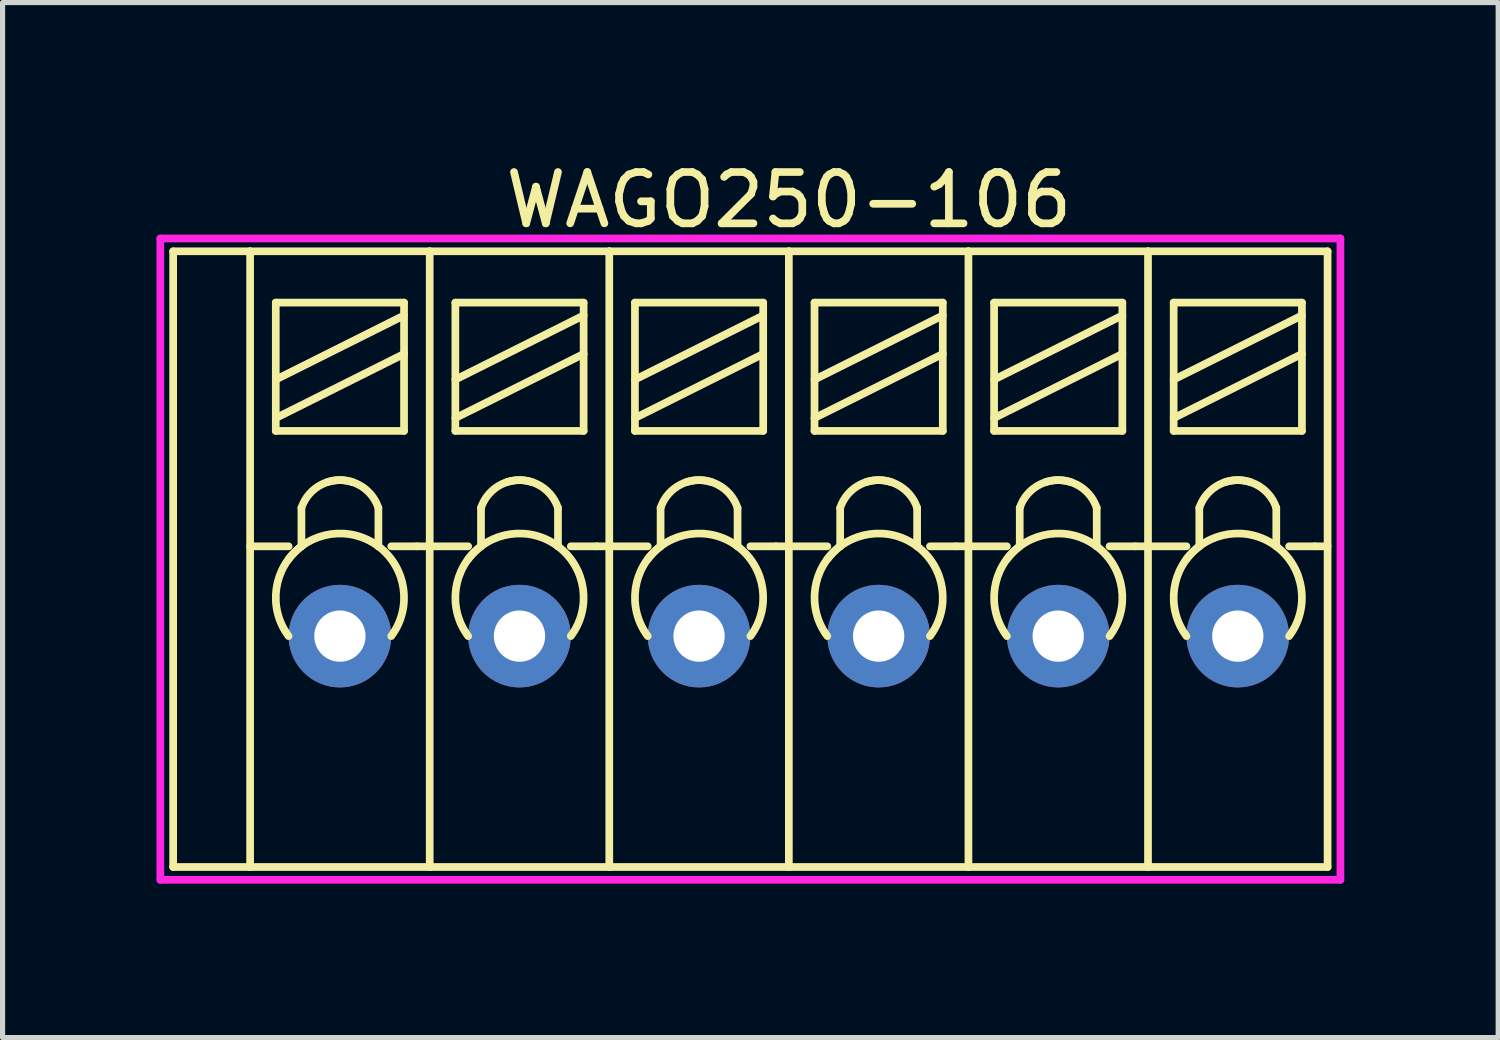
<source format=kicad_pcb>
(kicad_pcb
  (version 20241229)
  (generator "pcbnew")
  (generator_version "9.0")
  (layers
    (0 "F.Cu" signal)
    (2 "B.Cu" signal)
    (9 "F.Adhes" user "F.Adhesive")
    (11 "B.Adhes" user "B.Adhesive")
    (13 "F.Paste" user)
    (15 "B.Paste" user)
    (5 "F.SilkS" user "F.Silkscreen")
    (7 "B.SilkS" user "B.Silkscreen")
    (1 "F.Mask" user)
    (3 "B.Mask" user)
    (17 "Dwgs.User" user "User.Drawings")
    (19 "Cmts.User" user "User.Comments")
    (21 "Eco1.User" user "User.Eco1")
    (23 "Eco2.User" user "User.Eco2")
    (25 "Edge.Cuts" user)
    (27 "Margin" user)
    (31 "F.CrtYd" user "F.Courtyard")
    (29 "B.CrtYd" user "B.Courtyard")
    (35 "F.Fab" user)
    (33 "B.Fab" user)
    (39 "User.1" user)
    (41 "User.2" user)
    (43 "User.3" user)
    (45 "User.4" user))
  (footprint "WAGO250-106"
    (layer "F.Cu")
    (at 21.075 9.348)
    (property "Reference" "WAGO250-106" (at -8.75 -8.5 0) (layer "F.SilkS") (effects (font (size 1 1) (thickness 0.15))))
    (attr through_hole)
    (fp_line (start -20.75 -7.5) (end -19.25 -7.5) (stroke (width 0.15) (type solid)) (layer "F.SilkS"))
    (fp_line (start -20.75 4.5) (end -20.75 -7.5) (stroke (width 0.15) (type solid)) (layer "F.SilkS"))
    (fp_line (start -20.75 4.5) (end -19.25 4.5) (stroke (width 0.15) (type solid)) (layer "F.SilkS"))
    (fp_line (start -19.25 -7.5) (end -19.25 4.5) (stroke (width 0.15) (type solid)) (layer "F.SilkS"))
    (fp_line (start -19.25 -1.75) (end -18.5 -1.75) (stroke (width 0.15) (type solid)) (layer "F.SilkS"))
    (fp_line (start -19.25 4.5) (end -15.75 4.5) (stroke (width 0.15) (type solid)) (layer "F.SilkS"))
    (fp_line (start -18.75 -6.5) (end -18.75 -4) (stroke (width 0.15) (type solid)) (layer "F.SilkS"))
    (fp_line (start -18.75 -4.25) (end -16.25 -5.5) (stroke (width 0.15) (type solid)) (layer "F.SilkS"))
    (fp_line (start -18.75 -4) (end -16.25 -4) (stroke (width 0.15) (type solid)) (layer "F.SilkS"))
    (fp_line (start -18.25 -2.5) (end -18.25 -1.75) (stroke (width 0.15) (type solid)) (layer "F.SilkS"))
    (fp_line (start -16.75 -2.5) (end -16.75 -1.75) (stroke (width 0.15) (type solid)) (layer "F.SilkS"))
    (fp_line (start -16.5 -1.75) (end -16 -1.75) (stroke (width 0.15) (type solid)) (layer "F.SilkS"))
    (fp_line (start -16.25 -6.5) (end -18.75 -6.5) (stroke (width 0.15) (type solid)) (layer "F.SilkS"))
    (fp_line (start -16.25 -6.5) (end -16.25 -4) (stroke (width 0.15) (type solid)) (layer "F.SilkS"))
    (fp_line (start -16.25 -6.25) (end -18.75 -5) (stroke (width 0.15) (type solid)) (layer "F.SilkS"))
    (fp_line (start -16 -1.75) (end -15.75 -1.75) (stroke (width 0.15) (type solid)) (layer "F.SilkS"))
    (fp_line (start -15.75 -7.5) (end -19.25 -7.5) (stroke (width 0.15) (type solid)) (layer "F.SilkS"))
    (fp_line (start -15.75 -7.5) (end -15.75 4.5) (stroke (width 0.15) (type solid)) (layer "F.SilkS"))
    (fp_line (start -15.75 -1.75) (end -15 -1.75) (stroke (width 0.15) (type solid)) (layer "F.SilkS"))
    (fp_line (start -15.75 4.5) (end -12.25 4.5) (stroke (width 0.15) (type solid)) (layer "F.SilkS"))
    (fp_line (start -15.25 -6.5) (end -15.25 -4) (stroke (width 0.15) (type solid)) (layer "F.SilkS"))
    (fp_line (start -15.25 -4.25) (end -12.75 -5.5) (stroke (width 0.15) (type solid)) (layer "F.SilkS"))
    (fp_line (start -15.25 -4) (end -12.75 -4) (stroke (width 0.15) (type solid)) (layer "F.SilkS"))
    (fp_line (start -14.75 -2.5) (end -14.75 -1.75) (stroke (width 0.15) (type solid)) (layer "F.SilkS"))
    (fp_line (start -13.25 -2.5) (end -13.25 -1.75) (stroke (width 0.15) (type solid)) (layer "F.SilkS"))
    (fp_line (start -13 -1.75) (end -12.5 -1.75) (stroke (width 0.15) (type solid)) (layer "F.SilkS"))
    (fp_line (start -12.75 -6.5) (end -15.25 -6.5) (stroke (width 0.15) (type solid)) (layer "F.SilkS"))
    (fp_line (start -12.75 -6.5) (end -12.75 -4) (stroke (width 0.15) (type solid)) (layer "F.SilkS"))
    (fp_line (start -12.75 -6.25) (end -15.25 -5) (stroke (width 0.15) (type solid)) (layer "F.SilkS"))
    (fp_line (start -12.5 -1.75) (end -12.25 -1.75) (stroke (width 0.15) (type solid)) (layer "F.SilkS"))
    (fp_line (start -12.25 -7.5) (end -15.75 -7.5) (stroke (width 0.15) (type solid)) (layer "F.SilkS"))
    (fp_line (start -12.25 -7.5) (end -12.25 4.5) (stroke (width 0.15) (type solid)) (layer "F.SilkS"))
    (fp_line (start -12.25 -1.75) (end -11.5 -1.75) (stroke (width 0.15) (type solid)) (layer "F.SilkS"))
    (fp_line (start -12.25 4.5) (end -8.75 4.5) (stroke (width 0.15) (type solid)) (layer "F.SilkS"))
    (fp_line (start -11.75 -6.5) (end -11.75 -4) (stroke (width 0.15) (type solid)) (layer "F.SilkS"))
    (fp_line (start -11.75 -4.25) (end -9.25 -5.5) (stroke (width 0.15) (type solid)) (layer "F.SilkS"))
    (fp_line (start -11.75 -4) (end -9.25 -4) (stroke (width 0.15) (type solid)) (layer "F.SilkS"))
    (fp_line (start -11.25 -2.5) (end -11.25 -1.75) (stroke (width 0.15) (type solid)) (layer "F.SilkS"))
    (fp_line (start -9.75 -2.5) (end -9.75 -1.75) (stroke (width 0.15) (type solid)) (layer "F.SilkS"))
    (fp_line (start -9.5 -1.75) (end -9 -1.75) (stroke (width 0.15) (type solid)) (layer "F.SilkS"))
    (fp_line (start -9.25 -6.5) (end -11.75 -6.5) (stroke (width 0.15) (type solid)) (layer "F.SilkS"))
    (fp_line (start -9.25 -6.5) (end -9.25 -4) (stroke (width 0.15) (type solid)) (layer "F.SilkS"))
    (fp_line (start -9.25 -6.25) (end -11.75 -5) (stroke (width 0.15) (type solid)) (layer "F.SilkS"))
    (fp_line (start -9 -1.75) (end -8.75 -1.75) (stroke (width 0.15) (type solid)) (layer "F.SilkS"))
    (fp_line (start -8.75 -7.5) (end -12.25 -7.5) (stroke (width 0.15) (type solid)) (layer "F.SilkS"))
    (fp_line (start -8.75 -7.5) (end -8.75 4.5) (stroke (width 0.15) (type solid)) (layer "F.SilkS"))
    (fp_line (start -8.75 -1.75) (end -8 -1.75) (stroke (width 0.15) (type solid)) (layer "F.SilkS"))
    (fp_line (start -8.75 4.5) (end -5.25 4.5) (stroke (width 0.15) (type solid)) (layer "F.SilkS"))
    (fp_line (start -8.25 -6.5) (end -8.25 -4) (stroke (width 0.15) (type solid)) (layer "F.SilkS"))
    (fp_line (start -8.25 -4.25) (end -5.75 -5.5) (stroke (width 0.15) (type solid)) (layer "F.SilkS"))
    (fp_line (start -8.25 -4) (end -5.75 -4) (stroke (width 0.15) (type solid)) (layer "F.SilkS"))
    (fp_line (start -7.75 -2.5) (end -7.75 -1.75) (stroke (width 0.15) (type solid)) (layer "F.SilkS"))
    (fp_line (start -6.25 -2.5) (end -6.25 -1.75) (stroke (width 0.15) (type solid)) (layer "F.SilkS"))
    (fp_line (start -6 -1.75) (end -5.5 -1.75) (stroke (width 0.15) (type solid)) (layer "F.SilkS"))
    (fp_line (start -5.75 -6.5) (end -8.25 -6.5) (stroke (width 0.15) (type solid)) (layer "F.SilkS"))
    (fp_line (start -5.75 -6.5) (end -5.75 -4) (stroke (width 0.15) (type solid)) (layer "F.SilkS"))
    (fp_line (start -5.75 -6.25) (end -8.25 -5) (stroke (width 0.15) (type solid)) (layer "F.SilkS"))
    (fp_line (start -5.5 -1.75) (end -5.25 -1.75) (stroke (width 0.15) (type solid)) (layer "F.SilkS"))
    (fp_line (start -5.25 -7.5) (end -8.75 -7.5) (stroke (width 0.15) (type solid)) (layer "F.SilkS"))
    (fp_line (start -5.25 -7.5) (end -5.25 4.5) (stroke (width 0.15) (type solid)) (layer "F.SilkS"))
    (fp_line (start -5.25 -1.75) (end -4.5 -1.75) (stroke (width 0.15) (type solid)) (layer "F.SilkS"))
    (fp_line (start -5.25 4.5) (end -1.75 4.5) (stroke (width 0.15) (type solid)) (layer "F.SilkS"))
    (fp_line (start -4.75 -6.5) (end -4.75 -4) (stroke (width 0.15) (type solid)) (layer "F.SilkS"))
    (fp_line (start -4.75 -4.25) (end -2.25 -5.5) (stroke (width 0.15) (type solid)) (layer "F.SilkS"))
    (fp_line (start -4.75 -4) (end -2.25 -4) (stroke (width 0.15) (type solid)) (layer "F.SilkS"))
    (fp_line (start -4.25 -2.5) (end -4.25 -1.75) (stroke (width 0.15) (type solid)) (layer "F.SilkS"))
    (fp_line (start -2.75 -2.5) (end -2.75 -1.75) (stroke (width 0.15) (type solid)) (layer "F.SilkS"))
    (fp_line (start -2.5 -1.75) (end -2 -1.75) (stroke (width 0.15) (type solid)) (layer "F.SilkS"))
    (fp_line (start -2.25 -6.5) (end -4.75 -6.5) (stroke (width 0.15) (type solid)) (layer "F.SilkS"))
    (fp_line (start -2.25 -6.5) (end -2.25 -4) (stroke (width 0.15) (type solid)) (layer "F.SilkS"))
    (fp_line (start -2.25 -6.25) (end -4.75 -5) (stroke (width 0.15) (type solid)) (layer "F.SilkS"))
    (fp_line (start -2 -1.75) (end -1.75 -1.75) (stroke (width 0.15) (type solid)) (layer "F.SilkS"))
    (fp_line (start -1.75 -7.5) (end -5.25 -7.5) (stroke (width 0.15) (type solid)) (layer "F.SilkS"))
    (fp_line (start -1.75 -7.5) (end -1.75 4.5) (stroke (width 0.15) (type solid)) (layer "F.SilkS"))
    (fp_line (start -1.75 -1.75) (end -1 -1.75) (stroke (width 0.15) (type solid)) (layer "F.SilkS"))
    (fp_line (start -1.75 4.5) (end 1.75 4.5) (stroke (width 0.15) (type solid)) (layer "F.SilkS"))
    (fp_line (start -1.25 -6.5) (end -1.25 -4) (stroke (width 0.15) (type solid)) (layer "F.SilkS"))
    (fp_line (start -1.25 -4.25) (end 1.25 -5.5) (stroke (width 0.15) (type solid)) (layer "F.SilkS"))
    (fp_line (start -1.25 -4) (end 1.25 -4) (stroke (width 0.15) (type solid)) (layer "F.SilkS"))
    (fp_line (start -0.75 -2.5) (end -0.75 -1.75) (stroke (width 0.15) (type solid)) (layer "F.SilkS"))
    (fp_line (start 0.75 -2.5) (end 0.75 -1.75) (stroke (width 0.15) (type solid)) (layer "F.SilkS"))
    (fp_line (start 1 -1.75) (end 1.5 -1.75) (stroke (width 0.15) (type solid)) (layer "F.SilkS"))
    (fp_line (start 1.25 -6.5) (end -1.25 -6.5) (stroke (width 0.15) (type solid)) (layer "F.SilkS"))
    (fp_line (start 1.25 -6.5) (end 1.25 -4) (stroke (width 0.15) (type solid)) (layer "F.SilkS"))
    (fp_line (start 1.25 -6.25) (end -1.25 -5) (stroke (width 0.15) (type solid)) (layer "F.SilkS"))
    (fp_line (start 1.5 -1.75) (end 1.75 -1.75) (stroke (width 0.15) (type solid)) (layer "F.SilkS"))
    (fp_line (start 1.75 -7.5) (end -1.75 -7.5) (stroke (width 0.15) (type solid)) (layer "F.SilkS"))
    (fp_line (start 1.75 4.5) (end 1.75 -7.5) (stroke (width 0.15) (type solid)) (layer "F.SilkS"))
    (fp_arc (start -18.5 -1.5) (mid -17.676777 -1.987437) (end -16.75 -1.75) (stroke (width 0.15) (type solid)) (layer "F.SilkS"))
    (fp_arc (start -18.5 0) (mid -18.737437 -0.926777) (end -18.25 -1.75) (stroke (width 0.15) (type solid)) (layer "F.SilkS"))
    (fp_arc (start -18.25 -2.5) (mid -17.853553 -2.957107) (end -17.25 -3) (stroke (width 0.15) (type solid)) (layer "F.SilkS"))
    (fp_arc (start -17.75 -3) (mid -17.146447 -2.957107) (end -16.75 -2.5) (stroke (width 0.15) (type solid)) (layer "F.SilkS"))
    (fp_arc (start -16.75 -1.75) (mid -16.262563 -0.926777) (end -16.5 0) (stroke (width 0.15) (type solid)) (layer "F.SilkS"))
    (fp_arc (start -15 -1.5) (mid -14.176777 -1.987437) (end -13.25 -1.75) (stroke (width 0.15) (type solid)) (layer "F.SilkS"))
    (fp_arc (start -15 0) (mid -15.237437 -0.926777) (end -14.75 -1.75) (stroke (width 0.15) (type solid)) (layer "F.SilkS"))
    (fp_arc (start -14.75 -2.5) (mid -14.353553 -2.957107) (end -13.75 -3) (stroke (width 0.15) (type solid)) (layer "F.SilkS"))
    (fp_arc (start -14.25 -3) (mid -13.646447 -2.957107) (end -13.25 -2.5) (stroke (width 0.15) (type solid)) (layer "F.SilkS"))
    (fp_arc (start -13.25 -1.75) (mid -12.762563 -0.926777) (end -13 0) (stroke (width 0.15) (type solid)) (layer "F.SilkS"))
    (fp_arc (start -11.5 -1.5) (mid -10.676777 -1.987437) (end -9.75 -1.75) (stroke (width 0.15) (type solid)) (layer "F.SilkS"))
    (fp_arc (start -11.5 0) (mid -11.737437 -0.926777) (end -11.25 -1.75) (stroke (width 0.15) (type solid)) (layer "F.SilkS"))
    (fp_arc (start -11.25 -2.5) (mid -10.853553 -2.957107) (end -10.25 -3) (stroke (width 0.15) (type solid)) (layer "F.SilkS"))
    (fp_arc (start -10.75 -3) (mid -10.146447 -2.957107) (end -9.75 -2.5) (stroke (width 0.15) (type solid)) (layer "F.SilkS"))
    (fp_arc (start -9.75 -1.75) (mid -9.262563 -0.926777) (end -9.5 0) (stroke (width 0.15) (type solid)) (layer "F.SilkS"))
    (fp_arc (start -8 -1.5) (mid -7.176777 -1.987437) (end -6.25 -1.75) (stroke (width 0.15) (type solid)) (layer "F.SilkS"))
    (fp_arc (start -8 0) (mid -8.237437 -0.926777) (end -7.75 -1.75) (stroke (width 0.15) (type solid)) (layer "F.SilkS"))
    (fp_arc (start -7.75 -2.5) (mid -7.353553 -2.957107) (end -6.75 -3) (stroke (width 0.15) (type solid)) (layer "F.SilkS"))
    (fp_arc (start -7.25 -3) (mid -6.646447 -2.957107) (end -6.25 -2.5) (stroke (width 0.15) (type solid)) (layer "F.SilkS"))
    (fp_arc (start -6.25 -1.75) (mid -5.762563 -0.926777) (end -6 0) (stroke (width 0.15) (type solid)) (layer "F.SilkS"))
    (fp_arc (start -4.5 -1.5) (mid -3.676777 -1.987437) (end -2.75 -1.75) (stroke (width 0.15) (type solid)) (layer "F.SilkS"))
    (fp_arc (start -4.5 0) (mid -4.737437 -0.926777) (end -4.25 -1.75) (stroke (width 0.15) (type solid)) (layer "F.SilkS"))
    (fp_arc (start -4.25 -2.5) (mid -3.853553 -2.957107) (end -3.25 -3) (stroke (width 0.15) (type solid)) (layer "F.SilkS"))
    (fp_arc (start -3.75 -3) (mid -3.146447 -2.957107) (end -2.75 -2.5) (stroke (width 0.15) (type solid)) (layer "F.SilkS"))
    (fp_arc (start -2.75 -1.75) (mid -2.262563 -0.926777) (end -2.5 0) (stroke (width 0.15) (type solid)) (layer "F.SilkS"))
    (fp_arc (start -1 -1.5) (mid -0.176777 -1.987437) (end 0.75 -1.75) (stroke (width 0.15) (type solid)) (layer "F.SilkS"))
    (fp_arc (start -1 0) (mid -1.237437 -0.926777) (end -0.75 -1.75) (stroke (width 0.15) (type solid)) (layer "F.SilkS"))
    (fp_arc (start -0.75 -2.5) (mid -0.353553 -2.957107) (end 0.25 -3) (stroke (width 0.15) (type solid)) (layer "F.SilkS"))
    (fp_arc (start -0.25 -3) (mid 0.353553 -2.957107) (end 0.75 -2.5) (stroke (width 0.15) (type solid)) (layer "F.SilkS"))
    (fp_arc (start 0.75 -1.75) (mid 1.237437 -0.926777) (end 1 0) (stroke (width 0.15) (type solid)) (layer "F.SilkS"))
    (fp_line (start -21 -7.75) (end 2 -7.75) (stroke (width 0.15) (type solid)) (layer "F.CrtYd"))
    (fp_line (start -21 4.75) (end -21 -7.75) (stroke (width 0.15) (type solid)) (layer "F.CrtYd"))
    (fp_line (start 2 -7.75) (end 2 4.75) (stroke (width 0.15) (type solid)) (layer "F.CrtYd"))
    (fp_line (start 2 4.75) (end -21 4.75) (stroke (width 0.15) (type solid)) (layer "F.CrtYd"))
    (pad "1" thru_hole circle (at 0 0) (size 2 2) (drill 1) (layers "*.Cu" "*.Mask"))
    (pad "2" thru_hole circle (at -3.5 0) (size 2 2) (drill 1) (layers "*.Cu" "*.Mask"))
    (pad "3" thru_hole circle (at -7 0) (size 2 2) (drill 1) (layers "*.Cu" "*.Mask"))
    (pad "4" thru_hole circle (at -10.5 0) (size 2 2) (drill 1) (layers "*.Cu" "*.Mask"))
    (pad "5" thru_hole circle (at -14 0) (size 2 2) (drill 1) (layers "*.Cu" "*.Mask"))
    (pad "6" thru_hole circle (at -17.5 0) (size 2 2) (drill 1) (layers "*.Cu" "*.Mask")))
  (gr_rect
    (start -3 -3)
    (end 26.15 17.173)
    (stroke (width 0.1) (type default))
    (fill no)
    (layer "Edge.Cuts")))
</source>
